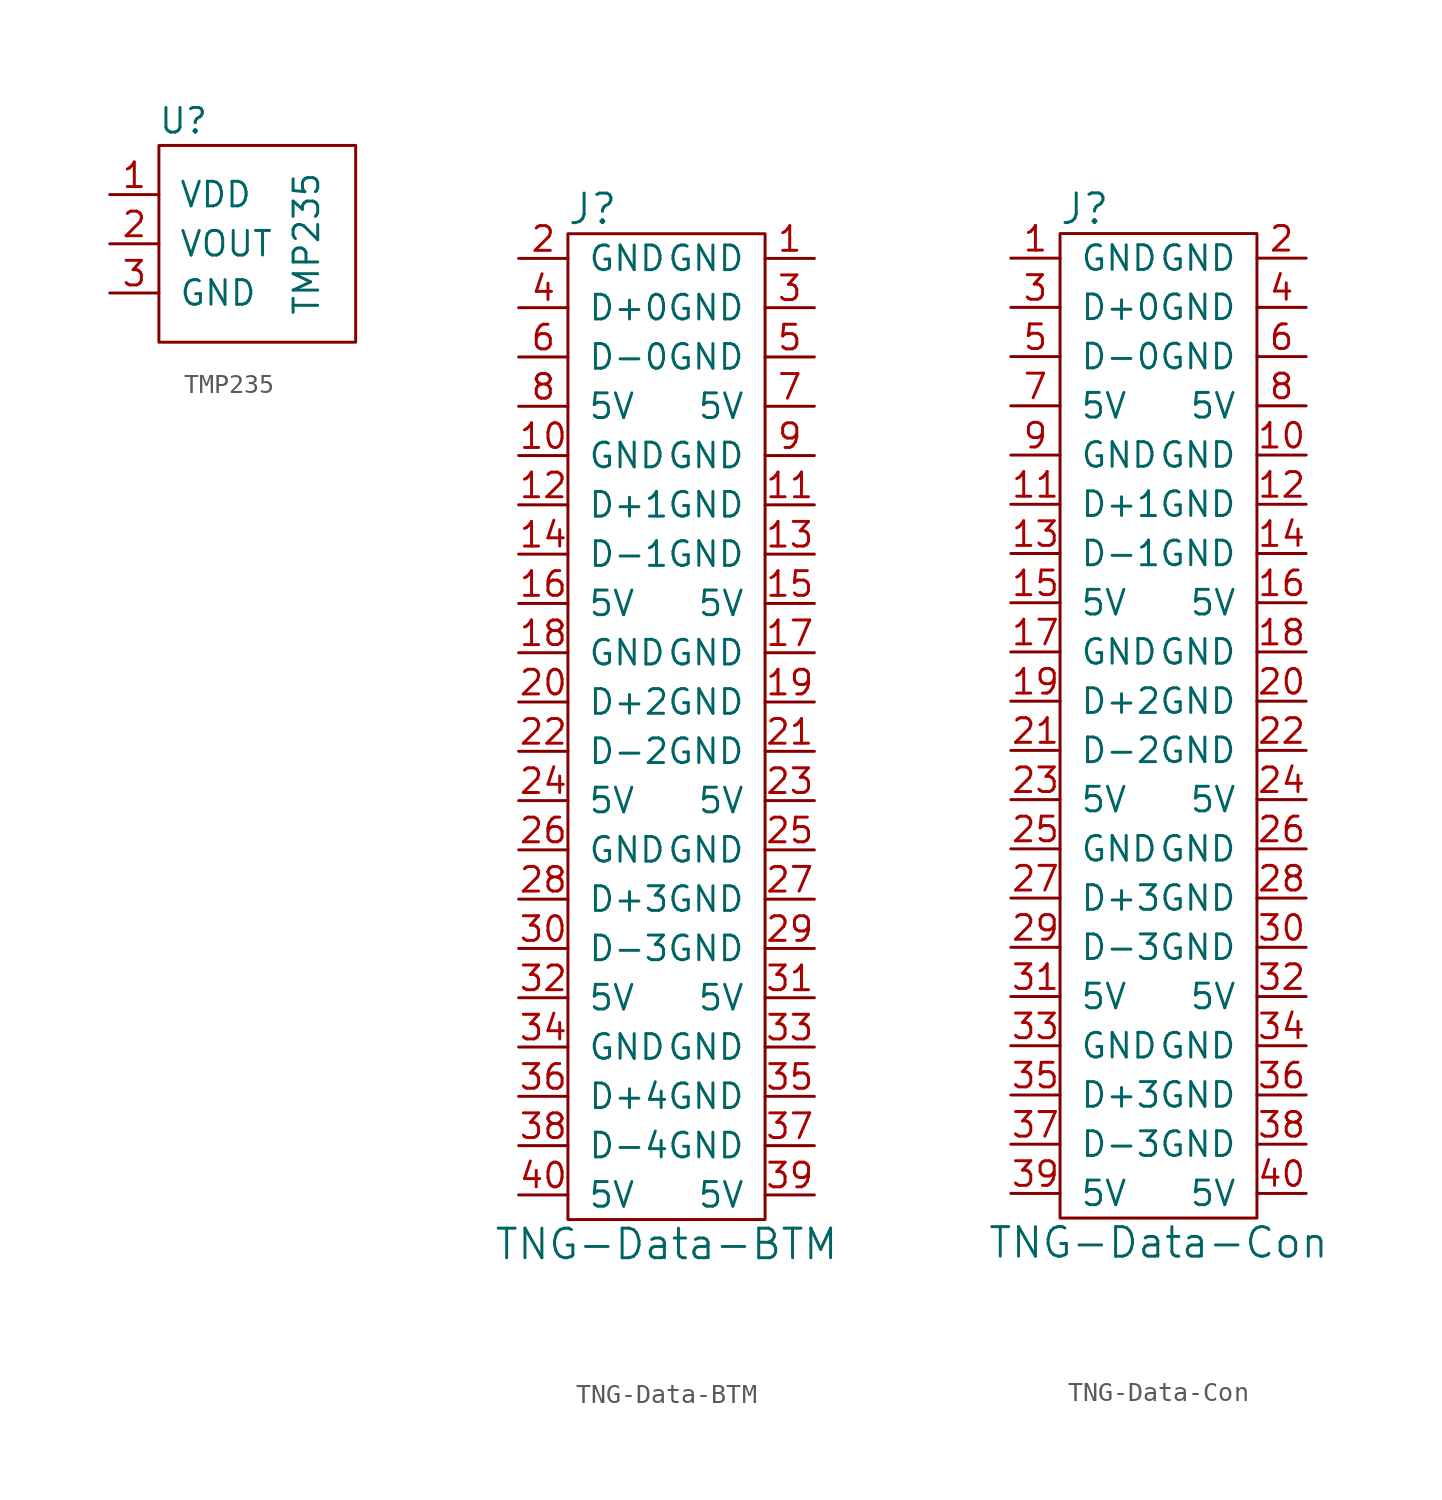
<source format=kicad_sym>
(kicad_symbol_lib
  (version 20210619)
  (generator kicad_symbol_editor)
  (symbol "tinkerforge:TMP235"
    (pin_names
      (offset 1.016))
    (property "Reference" "U"
      (at -2.54 6.35 0)
      (effects (font (size 1.27 1.27))))
    (property "Value" "TMP235"
      (at 3.81 0 90)
      (effects (font (size 1.27 1.27))))
    (symbol "TMP235_0_1"
      (rectangle (start -3.81 5.08) (end 6.35 -5.08) (stroke (width 0)) (fill (type none))))
    (symbol "TMP235_1_1"
      (pin input line (at -6.35 2.54 0) (length 2.54) (name "VDD" (effects (font (size 1.27 1.27)))) (number "1" (effects (font (size 1.27 1.27)))))
      (pin input line (at -6.35 0 0) (length 2.54) (name "VOUT" (effects (font (size 1.27 1.27)))) (number "2" (effects (font (size 1.27 1.27)))))
      (pin input line (at -6.35 -2.54 0) (length 2.54) (name "GND" (effects (font (size 1.27 1.27)))) (number "3" (effects (font (size 1.27 1.27)))))))
  (symbol "tinkerforge:TNG-Data-BTM"
    (pin_names
      (offset 1.016))
    (property "Reference" "J"
      (at -3.81 26.67 0)
      (effects (font (size 1.524 1.524))))
    (property "Value" "TNG-Data-BTM"
      (at 0 -26.67 0)
      (effects (font (size 1.524 1.524))))
    (symbol "TNG-Data-BTM_0_1"
      (rectangle (start -5.08 25.4) (end 5.08 -25.4) (stroke (width 0)) (fill (type none))))
    (symbol "TNG-Data-BTM_1_1"
      (pin passive line (at 7.62 24.13 180) (length 2.54) (name "GND" (effects (font (size 1.27 1.27)))) (number "1" (effects (font (size 1.27 1.27)))))
      (pin passive line (at -7.62 13.97 0) (length 2.54) (name "GND" (effects (font (size 1.27 1.27)))) (number "10" (effects (font (size 1.27 1.27)))))
      (pin passive line (at 7.62 11.43 180) (length 2.54) (name "GND" (effects (font (size 1.27 1.27)))) (number "11" (effects (font (size 1.27 1.27)))))
      (pin passive line (at -7.62 11.43 0) (length 2.54) (name "D+1" (effects (font (size 1.27 1.27)))) (number "12" (effects (font (size 1.27 1.27)))))
      (pin passive line (at 7.62 8.89 180) (length 2.54) (name "GND" (effects (font (size 1.27 1.27)))) (number "13" (effects (font (size 1.27 1.27)))))
      (pin passive line (at -7.62 8.89 0) (length 2.54) (name "D-1" (effects (font (size 1.27 1.27)))) (number "14" (effects (font (size 1.27 1.27)))))
      (pin passive line (at 7.62 6.35 180) (length 2.54) (name "5V" (effects (font (size 1.27 1.27)))) (number "15" (effects (font (size 1.27 1.27)))))
      (pin passive line (at -7.62 6.35 0) (length 2.54) (name "5V" (effects (font (size 1.27 1.27)))) (number "16" (effects (font (size 1.27 1.27)))))
      (pin passive line (at 7.62 3.81 180) (length 2.54) (name "GND" (effects (font (size 1.27 1.27)))) (number "17" (effects (font (size 1.27 1.27)))))
      (pin passive line (at -7.62 3.81 0) (length 2.54) (name "GND" (effects (font (size 1.27 1.27)))) (number "18" (effects (font (size 1.27 1.27)))))
      (pin passive line (at 7.62 1.27 180) (length 2.54) (name "GND" (effects (font (size 1.27 1.27)))) (number "19" (effects (font (size 1.27 1.27)))))
      (pin passive line (at -7.62 24.13 0) (length 2.54) (name "GND" (effects (font (size 1.27 1.27)))) (number "2" (effects (font (size 1.27 1.27)))))
      (pin passive line (at -7.62 1.27 0) (length 2.54) (name "D+2" (effects (font (size 1.27 1.27)))) (number "20" (effects (font (size 1.27 1.27)))))
      (pin passive line (at 7.62 -1.27 180) (length 2.54) (name "GND" (effects (font (size 1.27 1.27)))) (number "21" (effects (font (size 1.27 1.27)))))
      (pin passive line (at -7.62 -1.27 0) (length 2.54) (name "D-2" (effects (font (size 1.27 1.27)))) (number "22" (effects (font (size 1.27 1.27)))))
      (pin passive line (at 7.62 -3.81 180) (length 2.54) (name "5V" (effects (font (size 1.27 1.27)))) (number "23" (effects (font (size 1.27 1.27)))))
      (pin passive line (at -7.62 -3.81 0) (length 2.54) (name "5V" (effects (font (size 1.27 1.27)))) (number "24" (effects (font (size 1.27 1.27)))))
      (pin passive line (at 7.62 -6.35 180) (length 2.54) (name "GND" (effects (font (size 1.27 1.27)))) (number "25" (effects (font (size 1.27 1.27)))))
      (pin passive line (at -7.62 -6.35 0) (length 2.54) (name "GND" (effects (font (size 1.27 1.27)))) (number "26" (effects (font (size 1.27 1.27)))))
      (pin passive line (at 7.62 -8.89 180) (length 2.54) (name "GND" (effects (font (size 1.27 1.27)))) (number "27" (effects (font (size 1.27 1.27)))))
      (pin passive line (at -7.62 -8.89 0) (length 2.54) (name "D+3" (effects (font (size 1.27 1.27)))) (number "28" (effects (font (size 1.27 1.27)))))
      (pin passive line (at 7.62 -11.43 180) (length 2.54) (name "GND" (effects (font (size 1.27 1.27)))) (number "29" (effects (font (size 1.27 1.27)))))
      (pin passive line (at 7.62 21.59 180) (length 2.54) (name "GND" (effects (font (size 1.27 1.27)))) (number "3" (effects (font (size 1.27 1.27)))))
      (pin passive line (at -7.62 -11.43 0) (length 2.54) (name "D-3" (effects (font (size 1.27 1.27)))) (number "30" (effects (font (size 1.27 1.27)))))
      (pin passive line (at 7.62 -13.97 180) (length 2.54) (name "5V" (effects (font (size 1.27 1.27)))) (number "31" (effects (font (size 1.27 1.27)))))
      (pin passive line (at -7.62 -13.97 0) (length 2.54) (name "5V" (effects (font (size 1.27 1.27)))) (number "32" (effects (font (size 1.27 1.27)))))
      (pin passive line (at 7.62 -16.51 180) (length 2.54) (name "GND" (effects (font (size 1.27 1.27)))) (number "33" (effects (font (size 1.27 1.27)))))
      (pin passive line (at -7.62 -16.51 0) (length 2.54) (name "GND" (effects (font (size 1.27 1.27)))) (number "34" (effects (font (size 1.27 1.27)))))
      (pin passive line (at 7.62 -19.05 180) (length 2.54) (name "GND" (effects (font (size 1.27 1.27)))) (number "35" (effects (font (size 1.27 1.27)))))
      (pin passive line (at -7.62 -19.05 0) (length 2.54) (name "D+4" (effects (font (size 1.27 1.27)))) (number "36" (effects (font (size 1.27 1.27)))))
      (pin passive line (at 7.62 -21.59 180) (length 2.54) (name "GND" (effects (font (size 1.27 1.27)))) (number "37" (effects (font (size 1.27 1.27)))))
      (pin passive line (at -7.62 -21.59 0) (length 2.54) (name "D-4" (effects (font (size 1.27 1.27)))) (number "38" (effects (font (size 1.27 1.27)))))
      (pin passive line (at 7.62 -24.13 180) (length 2.54) (name "5V" (effects (font (size 1.27 1.27)))) (number "39" (effects (font (size 1.27 1.27)))))
      (pin passive line (at -7.62 21.59 0) (length 2.54) (name "D+0" (effects (font (size 1.27 1.27)))) (number "4" (effects (font (size 1.27 1.27)))))
      (pin passive line (at -7.62 -24.13 0) (length 2.54) (name "5V" (effects (font (size 1.27 1.27)))) (number "40" (effects (font (size 1.27 1.27)))))
      (pin passive line (at 7.62 19.05 180) (length 2.54) (name "GND" (effects (font (size 1.27 1.27)))) (number "5" (effects (font (size 1.27 1.27)))))
      (pin passive line (at -7.62 19.05 0) (length 2.54) (name "D-0" (effects (font (size 1.27 1.27)))) (number "6" (effects (font (size 1.27 1.27)))))
      (pin passive line (at 7.62 16.51 180) (length 2.54) (name "5V" (effects (font (size 1.27 1.27)))) (number "7" (effects (font (size 1.27 1.27)))))
      (pin passive line (at -7.62 16.51 0) (length 2.54) (name "5V" (effects (font (size 1.27 1.27)))) (number "8" (effects (font (size 1.27 1.27)))))
      (pin passive line (at 7.62 13.97 180) (length 2.54) (name "GND" (effects (font (size 1.27 1.27)))) (number "9" (effects (font (size 1.27 1.27)))))))
  (symbol "tinkerforge:TNG-Data-Con"
    (pin_names
      (offset 1.016))
    (property "Reference" "J"
      (at -3.81 26.67 0)
      (effects (font (size 1.524 1.524))))
    (property "Value" "TNG-Data-Con"
      (at 0 -26.67 0)
      (effects (font (size 1.524 1.524))))
    (symbol "TNG-Data-Con_0_1"
      (rectangle (start -5.08 25.4) (end 5.08 -25.4) (stroke (width 0)) (fill (type none))))
    (symbol "TNG-Data-Con_1_1"
      (pin passive line (at -7.62 24.13 0) (length 2.54) (name "GND" (effects (font (size 1.27 1.27)))) (number "1" (effects (font (size 1.27 1.27)))))
      (pin passive line (at 7.62 13.97 180) (length 2.54) (name "GND" (effects (font (size 1.27 1.27)))) (number "10" (effects (font (size 1.27 1.27)))))
      (pin passive line (at -7.62 11.43 0) (length 2.54) (name "D+1" (effects (font (size 1.27 1.27)))) (number "11" (effects (font (size 1.27 1.27)))))
      (pin passive line (at 7.62 11.43 180) (length 2.54) (name "GND" (effects (font (size 1.27 1.27)))) (number "12" (effects (font (size 1.27 1.27)))))
      (pin passive line (at -7.62 8.89 0) (length 2.54) (name "D-1" (effects (font (size 1.27 1.27)))) (number "13" (effects (font (size 1.27 1.27)))))
      (pin passive line (at 7.62 8.89 180) (length 2.54) (name "GND" (effects (font (size 1.27 1.27)))) (number "14" (effects (font (size 1.27 1.27)))))
      (pin passive line (at -7.62 6.35 0) (length 2.54) (name "5V" (effects (font (size 1.27 1.27)))) (number "15" (effects (font (size 1.27 1.27)))))
      (pin passive line (at 7.62 6.35 180) (length 2.54) (name "5V" (effects (font (size 1.27 1.27)))) (number "16" (effects (font (size 1.27 1.27)))))
      (pin passive line (at -7.62 3.81 0) (length 2.54) (name "GND" (effects (font (size 1.27 1.27)))) (number "17" (effects (font (size 1.27 1.27)))))
      (pin passive line (at 7.62 3.81 180) (length 2.54) (name "GND" (effects (font (size 1.27 1.27)))) (number "18" (effects (font (size 1.27 1.27)))))
      (pin passive line (at -7.62 1.27 0) (length 2.54) (name "D+2" (effects (font (size 1.27 1.27)))) (number "19" (effects (font (size 1.27 1.27)))))
      (pin passive line (at 7.62 24.13 180) (length 2.54) (name "GND" (effects (font (size 1.27 1.27)))) (number "2" (effects (font (size 1.27 1.27)))))
      (pin passive line (at 7.62 1.27 180) (length 2.54) (name "GND" (effects (font (size 1.27 1.27)))) (number "20" (effects (font (size 1.27 1.27)))))
      (pin passive line (at -7.62 -1.27 0) (length 2.54) (name "D-2" (effects (font (size 1.27 1.27)))) (number "21" (effects (font (size 1.27 1.27)))))
      (pin passive line (at 7.62 -1.27 180) (length 2.54) (name "GND" (effects (font (size 1.27 1.27)))) (number "22" (effects (font (size 1.27 1.27)))))
      (pin passive line (at -7.62 -3.81 0) (length 2.54) (name "5V" (effects (font (size 1.27 1.27)))) (number "23" (effects (font (size 1.27 1.27)))))
      (pin passive line (at 7.62 -3.81 180) (length 2.54) (name "5V" (effects (font (size 1.27 1.27)))) (number "24" (effects (font (size 1.27 1.27)))))
      (pin passive line (at -7.62 -6.35 0) (length 2.54) (name "GND" (effects (font (size 1.27 1.27)))) (number "25" (effects (font (size 1.27 1.27)))))
      (pin passive line (at 7.62 -6.35 180) (length 2.54) (name "GND" (effects (font (size 1.27 1.27)))) (number "26" (effects (font (size 1.27 1.27)))))
      (pin passive line (at -7.62 -8.89 0) (length 2.54) (name "D+3" (effects (font (size 1.27 1.27)))) (number "27" (effects (font (size 1.27 1.27)))))
      (pin passive line (at 7.62 -8.89 180) (length 2.54) (name "GND" (effects (font (size 1.27 1.27)))) (number "28" (effects (font (size 1.27 1.27)))))
      (pin passive line (at -7.62 -11.43 0) (length 2.54) (name "D-3" (effects (font (size 1.27 1.27)))) (number "29" (effects (font (size 1.27 1.27)))))
      (pin passive line (at -7.62 21.59 0) (length 2.54) (name "D+0" (effects (font (size 1.27 1.27)))) (number "3" (effects (font (size 1.27 1.27)))))
      (pin passive line (at 7.62 -11.43 180) (length 2.54) (name "GND" (effects (font (size 1.27 1.27)))) (number "30" (effects (font (size 1.27 1.27)))))
      (pin passive line (at -7.62 -13.97 0) (length 2.54) (name "5V" (effects (font (size 1.27 1.27)))) (number "31" (effects (font (size 1.27 1.27)))))
      (pin passive line (at 7.62 -13.97 180) (length 2.54) (name "5V" (effects (font (size 1.27 1.27)))) (number "32" (effects (font (size 1.27 1.27)))))
      (pin passive line (at -7.62 -16.51 0) (length 2.54) (name "GND" (effects (font (size 1.27 1.27)))) (number "33" (effects (font (size 1.27 1.27)))))
      (pin passive line (at 7.62 -16.51 180) (length 2.54) (name "GND" (effects (font (size 1.27 1.27)))) (number "34" (effects (font (size 1.27 1.27)))))
      (pin passive line (at -7.62 -19.05 0) (length 2.54) (name "D+3" (effects (font (size 1.27 1.27)))) (number "35" (effects (font (size 1.27 1.27)))))
      (pin passive line (at 7.62 -19.05 180) (length 2.54) (name "GND" (effects (font (size 1.27 1.27)))) (number "36" (effects (font (size 1.27 1.27)))))
      (pin passive line (at -7.62 -21.59 0) (length 2.54) (name "D-3" (effects (font (size 1.27 1.27)))) (number "37" (effects (font (size 1.27 1.27)))))
      (pin passive line (at 7.62 -21.59 180) (length 2.54) (name "GND" (effects (font (size 1.27 1.27)))) (number "38" (effects (font (size 1.27 1.27)))))
      (pin passive line (at -7.62 -24.13 0) (length 2.54) (name "5V" (effects (font (size 1.27 1.27)))) (number "39" (effects (font (size 1.27 1.27)))))
      (pin passive line (at 7.62 21.59 180) (length 2.54) (name "GND" (effects (font (size 1.27 1.27)))) (number "4" (effects (font (size 1.27 1.27)))))
      (pin passive line (at 7.62 -24.13 180) (length 2.54) (name "5V" (effects (font (size 1.27 1.27)))) (number "40" (effects (font (size 1.27 1.27)))))
      (pin passive line (at -7.62 19.05 0) (length 2.54) (name "D-0" (effects (font (size 1.27 1.27)))) (number "5" (effects (font (size 1.27 1.27)))))
      (pin passive line (at 7.62 19.05 180) (length 2.54) (name "GND" (effects (font (size 1.27 1.27)))) (number "6" (effects (font (size 1.27 1.27)))))
      (pin passive line (at -7.62 16.51 0) (length 2.54) (name "5V" (effects (font (size 1.27 1.27)))) (number "7" (effects (font (size 1.27 1.27)))))
      (pin passive line (at 7.62 16.51 180) (length 2.54) (name "5V" (effects (font (size 1.27 1.27)))) (number "8" (effects (font (size 1.27 1.27)))))
      (pin passive line (at -7.62 13.97 0) (length 2.54) (name "GND" (effects (font (size 1.27 1.27)))) (number "9" (effects (font (size 1.27 1.27))))))))
</source>
